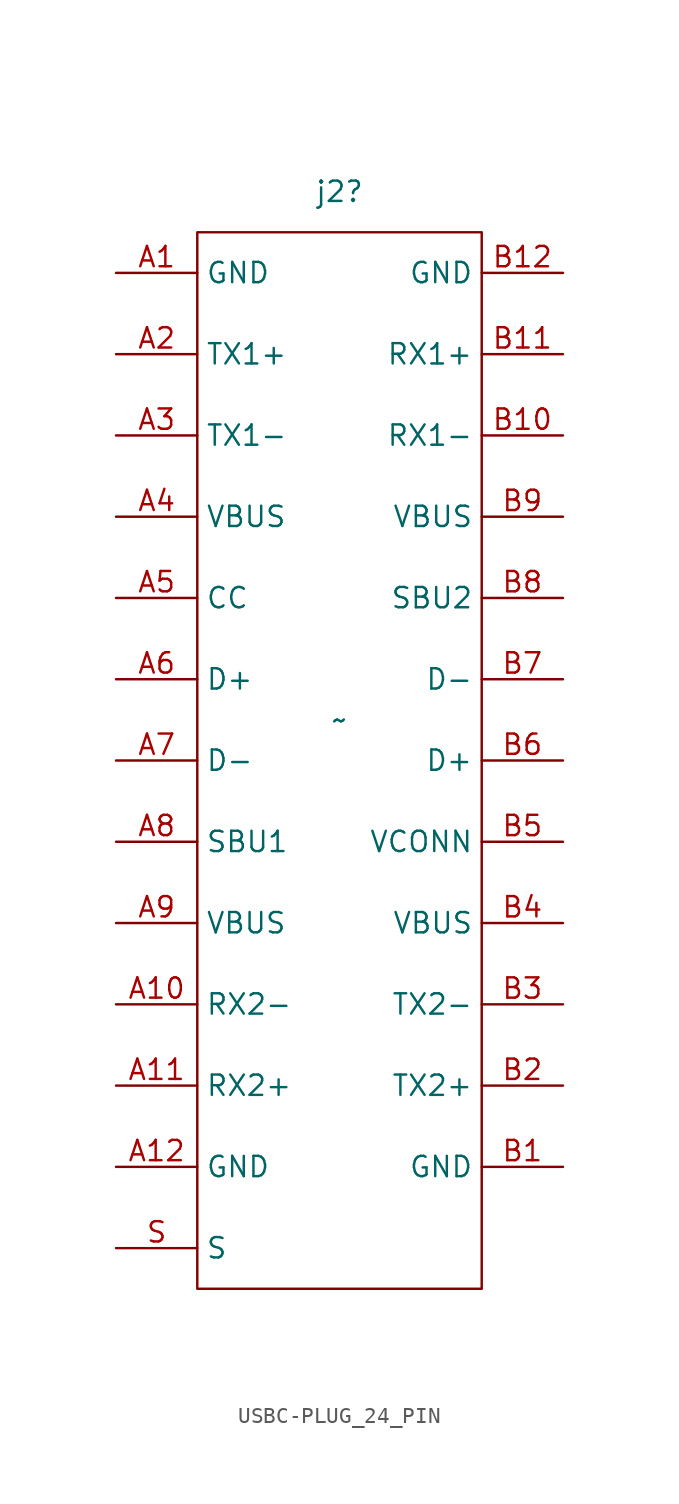
<source format=kicad_sym>
(kicad_symbol_lib
  (version 20231120)
  (generator "kicad_symbol_editor")
  (generator_version "8.0")
  (symbol "USBC-PLUG_24_PIN"
    (property "Reference" "j2"
      (at 0 33.02 0)
      (effects (font (size 1.27 1.27))))
    (property "Value" "~"
      (at 0 0 0)
      (effects (font (size 1.27 1.27))))
    (symbol "USBC-PLUG_24_PIN_1_1"
      (rectangle (start -8.89 30.48) (end 8.89 -35.56) (stroke (width 0) (type solid)) (fill (type none)))
      (pin passive line (at -13.97 27.94 0) (length 5.08) (name "GND" (effects (font (size 1.27 1.27)))) (number "A1" (effects (font (size 1.27 1.27)))))
      (pin passive line (at -13.97 -17.78 0) (length 5.08) (name "RX2-" (effects (font (size 1.27 1.27)))) (number "A10" (effects (font (size 1.27 1.27)))))
      (pin passive line (at -13.97 -22.86 0) (length 5.08) (name "RX2+" (effects (font (size 1.27 1.27)))) (number "A11" (effects (font (size 1.27 1.27)))))
      (pin passive line (at -13.97 -27.94 0) (length 5.08) (name "GND" (effects (font (size 1.27 1.27)))) (number "A12" (effects (font (size 1.27 1.27)))))
      (pin passive line (at -13.97 22.86 0) (length 5.08) (name "TX1+" (effects (font (size 1.27 1.27)))) (number "A2" (effects (font (size 1.27 1.27)))))
      (pin passive line (at -13.97 17.78 0) (length 5.08) (name "TX1-" (effects (font (size 1.27 1.27)))) (number "A3" (effects (font (size 1.27 1.27)))))
      (pin power_out line (at -13.97 12.7 0) (length 5.08) (name "VBUS" (effects (font (size 1.27 1.27)))) (number "A4" (effects (font (size 1.27 1.27)))))
      (pin passive line (at -13.97 7.62 0) (length 5.08) (name "CC" (effects (font (size 1.27 1.27)))) (number "A5" (effects (font (size 1.27 1.27)))))
      (pin bidirectional line (at -13.97 2.54 0) (length 5.08) (name "D+" (effects (font (size 1.27 1.27)))) (number "A6" (effects (font (size 1.27 1.27)))))
      (pin bidirectional line (at -13.97 -2.54 0) (length 5.08) (name "D-" (effects (font (size 1.27 1.27)))) (number "A7" (effects (font (size 1.27 1.27)))))
      (pin passive line (at -13.97 -7.62 0) (length 5.08) (name "SBU1" (effects (font (size 1.27 1.27)))) (number "A8" (effects (font (size 1.27 1.27)))))
      (pin passive line (at -13.97 -12.7 0) (length 5.08) (name "VBUS" (effects (font (size 1.27 1.27)))) (number "A9" (effects (font (size 1.27 1.27)))))
      (pin passive line (at 13.97 -27.94 180) (length 5.08) (name "GND" (effects (font (size 1.27 1.27)))) (number "B1" (effects (font (size 1.27 1.27)))))
      (pin passive line (at 13.97 17.78 180) (length 5.08) (name "RX1-" (effects (font (size 1.27 1.27)))) (number "B10" (effects (font (size 1.27 1.27)))))
      (pin passive line (at 13.97 22.86 180) (length 5.08) (name "RX1+" (effects (font (size 1.27 1.27)))) (number "B11" (effects (font (size 1.27 1.27)))))
      (pin passive line (at 13.97 27.94 180) (length 5.08) (name "GND" (effects (font (size 1.27 1.27)))) (number "B12" (effects (font (size 1.27 1.27)))))
      (pin passive line (at 13.97 -22.86 180) (length 5.08) (name "TX2+" (effects (font (size 1.27 1.27)))) (number "B2" (effects (font (size 1.27 1.27)))))
      (pin passive line (at 13.97 -17.78 180) (length 5.08) (name "TX2-" (effects (font (size 1.27 1.27)))) (number "B3" (effects (font (size 1.27 1.27)))))
      (pin passive line (at 13.97 -12.7 180) (length 5.08) (name "VBUS" (effects (font (size 1.27 1.27)))) (number "B4" (effects (font (size 1.27 1.27)))))
      (pin passive line (at 13.97 -7.62 180) (length 5.08) (name "VCONN" (effects (font (size 1.27 1.27)))) (number "B5" (effects (font (size 1.27 1.27)))))
      (pin bidirectional line (at 13.97 -2.54 180) (length 5.08) (name "D+" (effects (font (size 1.27 1.27)))) (number "B6" (effects (font (size 1.27 1.27)))))
      (pin bidirectional line (at 13.97 2.54 180) (length 5.08) (name "D-" (effects (font (size 1.27 1.27)))) (number "B7" (effects (font (size 1.27 1.27)))))
      (pin passive line (at 13.97 7.62 180) (length 5.08) (name "SBU2" (effects (font (size 1.27 1.27)))) (number "B8" (effects (font (size 1.27 1.27)))))
      (pin passive line (at 13.97 12.7 180) (length 5.08) (name "VBUS" (effects (font (size 1.27 1.27)))) (number "B9" (effects (font (size 1.27 1.27)))))
      (pin passive line (at -13.97 -33.02 0) (length 5.08) (name "S" (effects (font (size 1.27 1.27)))) (number "S" (effects (font (size 1.27 1.27))))))))
</source>
